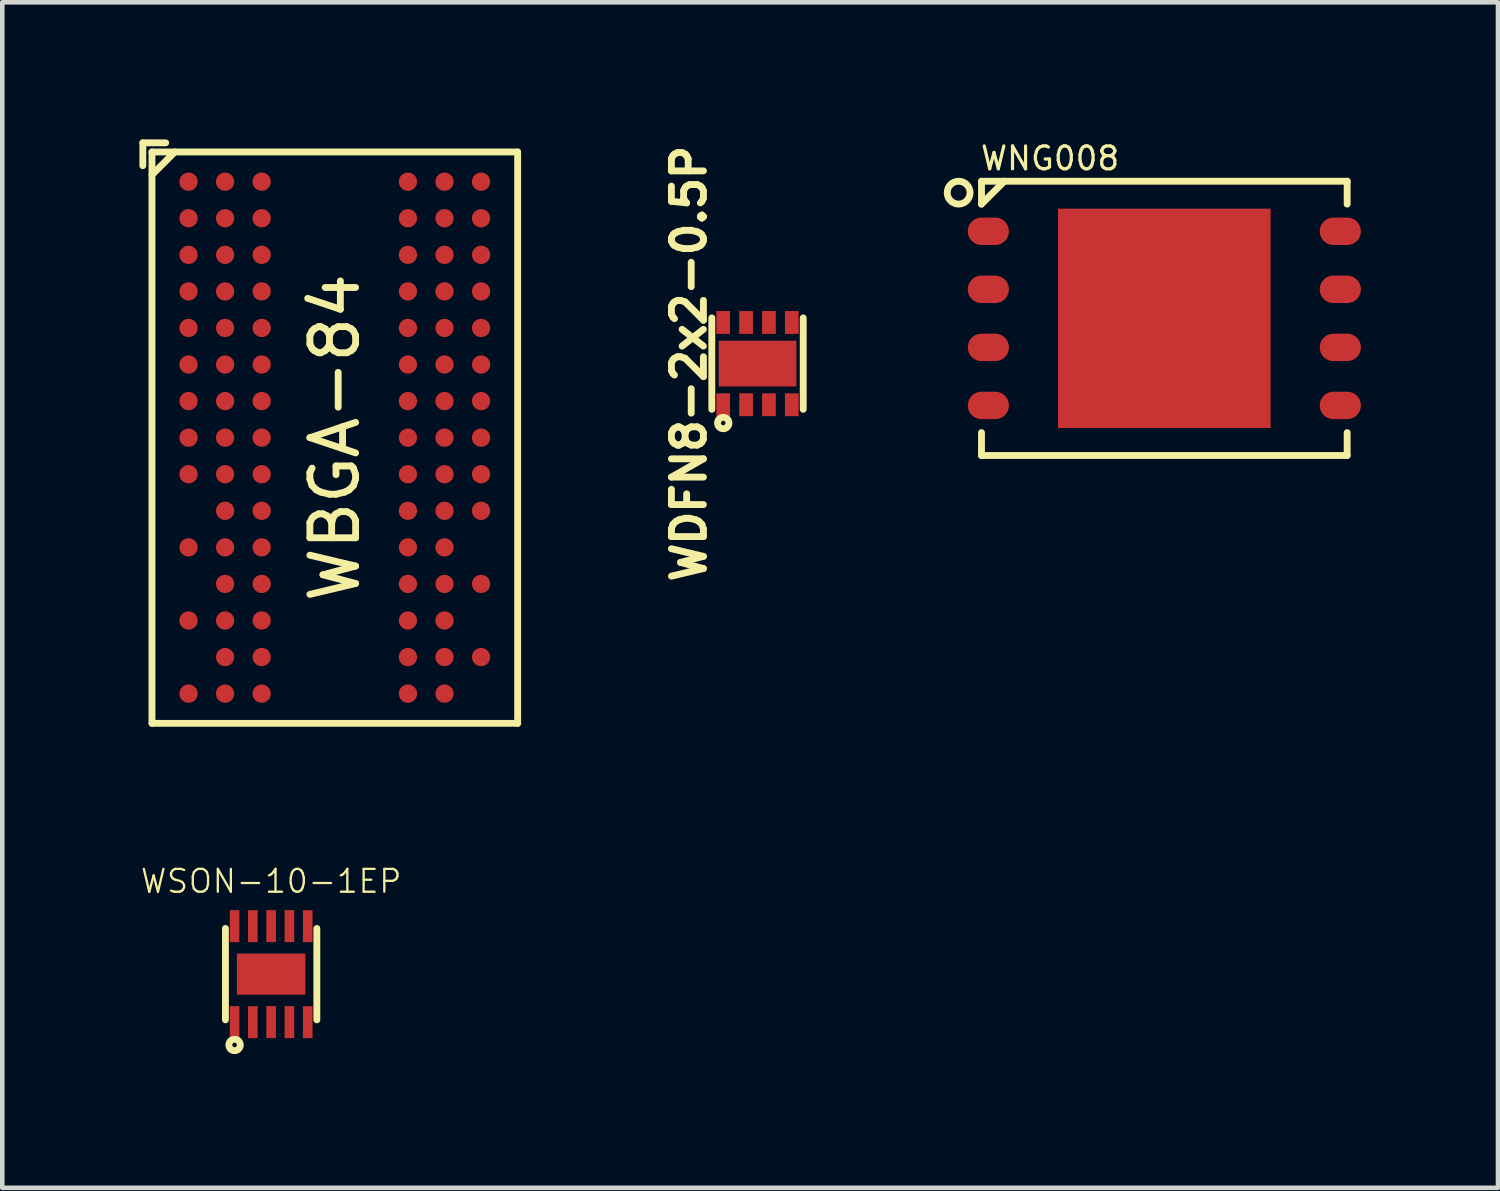
<source format=kicad_pcb>
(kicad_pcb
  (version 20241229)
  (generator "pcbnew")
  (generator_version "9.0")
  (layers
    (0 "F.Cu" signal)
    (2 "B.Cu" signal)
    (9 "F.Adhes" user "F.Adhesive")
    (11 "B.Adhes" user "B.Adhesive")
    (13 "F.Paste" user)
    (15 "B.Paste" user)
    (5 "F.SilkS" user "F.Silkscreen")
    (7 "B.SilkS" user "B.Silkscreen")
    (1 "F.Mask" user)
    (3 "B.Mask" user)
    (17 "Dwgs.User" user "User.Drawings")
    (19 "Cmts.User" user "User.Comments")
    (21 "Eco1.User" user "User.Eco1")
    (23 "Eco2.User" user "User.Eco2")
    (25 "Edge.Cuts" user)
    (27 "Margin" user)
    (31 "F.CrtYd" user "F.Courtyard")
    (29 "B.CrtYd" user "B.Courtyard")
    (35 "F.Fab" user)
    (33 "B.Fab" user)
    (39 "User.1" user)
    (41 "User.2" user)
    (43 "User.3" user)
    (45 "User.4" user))
  (footprint "WSON-10-1EP"
    (layer "F.Cu")
    (at 2.882 18.262)
    (property "Reference" "WSON-10-1EP" (at 0 -2.032 0) (layer "F.SilkS") (effects (font (size 0.5 0.5) (thickness 0.05))))
    (attr through_hole)
    (fp_line (start -1 1) (end -1 -1) (stroke (width 0.15) (type solid)) (layer "F.SilkS"))
    (fp_line (start 1 -1) (end 1 1) (stroke (width 0.15) (type solid)) (layer "F.SilkS"))
    (fp_circle (center -0.8 1.55) (end -0.8 1.5) (stroke (width 0.15) (type solid)) (fill no) (layer "F.SilkS"))
    (pad "1" smd rect (at -0.8 1.05) (size 0.21 0.7) (layers "F.Cu" "F.Mask" "F.Paste"))
    (pad "2" smd rect (at -0.4 1.05) (size 0.21 0.7) (layers "F.Cu" "F.Mask" "F.Paste"))
    (pad "3" smd rect (at 0 1.05) (size 0.21 0.7) (layers "F.Cu" "F.Mask" "F.Paste"))
    (pad "4" smd rect (at 0.4 1.05) (size 0.21 0.7) (layers "F.Cu" "F.Mask" "F.Paste"))
    (pad "5" smd rect (at 0.8 1.05) (size 0.21 0.7) (layers "F.Cu" "F.Mask" "F.Paste"))
    (pad "6" smd rect (at 0.8 -1.05) (size 0.21 0.7) (layers "F.Cu" "F.Mask" "F.Paste"))
    (pad "7" smd rect (at 0.4 -1.05) (size 0.21 0.7) (layers "F.Cu" "F.Mask" "F.Paste"))
    (pad "8" smd rect (at 0 -1.05) (size 0.21 0.7) (layers "F.Cu" "F.Mask" "F.Paste"))
    (pad "9" smd rect (at -0.4 -1.05) (size 0.21 0.7) (layers "F.Cu" "F.Mask" "F.Paste"))
    (pad "10" smd rect (at -0.8 -1.05) (size 0.21 0.7) (layers "F.Cu" "F.Mask" "F.Paste"))
    (pad "11" smd rect (at 0 0) (size 1.5 0.9) (layers "F.Cu" "F.Mask" "F.Paste")))
  (footprint "WNG008"
    (layer "F.Cu")
    (at 22.423 3.915)
    (property "Reference" "WNG008" (at -2.5 -3.5 0) (layer "F.SilkS") (effects (font (size 0.5 0.5) (thickness 0.07))))
    (attr through_hole)
    (fp_line (start -4 -3) (end -4 -2.5) (stroke (width 0.15) (type solid)) (layer "F.SilkS"))
    (fp_line (start -4 -3) (end 4 -3) (stroke (width 0.15) (type solid)) (layer "F.SilkS"))
    (fp_line (start -4 -2.5) (end -3.5 -3) (stroke (width 0.15) (type solid)) (layer "F.SilkS"))
    (fp_line (start -4 2.5) (end -4 3) (stroke (width 0.15) (type solid)) (layer "F.SilkS"))
    (fp_line (start -4 3) (end 4 3) (stroke (width 0.15) (type solid)) (layer "F.SilkS"))
    (fp_line (start 4 -3) (end 4 -2.5) (stroke (width 0.15) (type solid)) (layer "F.SilkS"))
    (fp_line (start 4 2.5) (end 4 3) (stroke (width 0.15) (type solid)) (layer "F.SilkS"))
    (fp_circle (center -4.5 -2.75) (end -4.25 -2.75) (stroke (width 0.15) (type solid)) (fill no) (layer "F.SilkS"))
    (pad "1" smd oval (at -3.85 -1.905) (size 0.9 0.6) (layers "F.Cu" "F.Mask" "F.Paste"))
    (pad "2" smd oval (at -3.85 -0.635) (size 0.9 0.6) (layers "F.Cu" "F.Mask" "F.Paste"))
    (pad "3" smd oval (at -3.85 0.635) (size 0.9 0.6) (layers "F.Cu" "F.Mask" "F.Paste"))
    (pad "4" smd oval (at -3.85 1.905) (size 0.9 0.6) (layers "F.Cu" "F.Mask" "F.Paste"))
    (pad "5" smd oval (at 3.85 1.905) (size 0.9 0.6) (layers "F.Cu" "F.Mask" "F.Paste"))
    (pad "6" smd oval (at 3.85 0.635) (size 0.9 0.6) (layers "F.Cu" "F.Mask" "F.Paste"))
    (pad "7" smd oval (at 3.85 -0.635) (size 0.9 0.6) (layers "F.Cu" "F.Mask" "F.Paste"))
    (pad "8" smd oval (at 3.85 -1.905) (size 0.9 0.6) (layers "F.Cu" "F.Mask" "F.Paste"))
    (pad "9" smd rect (at 0 0) (size 4.65 4.8) (layers "F.Cu" "F.Mask" "F.Paste")))
  (footprint "WBGA-84"
    (layer "F.Cu")
    (at 4.275 6.525)
    (property "Reference" "WBGA-84" (at 0 0 90) (layer "F.SilkS") (effects (font (size 1 1) (thickness 0.15))))
    (attr through_hole)
    (fp_line (start -4.2 -6.45) (end -3.7 -6.45) (stroke (width 0.15) (type solid)) (layer "F.SilkS"))
    (fp_line (start -4.2 -5.95) (end -4.2 -6.45) (stroke (width 0.15) (type solid)) (layer "F.SilkS"))
    (fp_line (start -4 -6.25) (end -4 6.25) (stroke (width 0.15) (type solid)) (layer "F.SilkS"))
    (fp_line (start -4 -6.25) (end 4 -6.25) (stroke (width 0.15) (type solid)) (layer "F.SilkS"))
    (fp_line (start -4 -5.75) (end -3.5 -6.25) (stroke (width 0.15) (type solid)) (layer "F.SilkS"))
    (fp_line (start -4 6.25) (end 4 6.25) (stroke (width 0.15) (type solid)) (layer "F.SilkS"))
    (fp_line (start 4 -6.25) (end 4 6.25) (stroke (width 0.15) (type solid)) (layer "F.SilkS"))
    (pad "A1" smd circle (at -3.2 -5.6) (size 0.4 0.4) (layers "F.Cu" "F.Mask" "F.Paste"))
    (pad "A2" smd circle (at -2.4 -5.6) (size 0.4 0.4) (layers "F.Cu" "F.Mask" "F.Paste"))
    (pad "A3" smd circle (at -1.6 -5.6) (size 0.4 0.4) (layers "F.Cu" "F.Mask" "F.Paste"))
    (pad "A7" smd circle (at 1.6 -5.6) (size 0.4 0.4) (layers "F.Cu" "F.Mask" "F.Paste"))
    (pad "A8" smd circle (at 2.4 -5.6) (size 0.4 0.4) (layers "F.Cu" "F.Mask" "F.Paste"))
    (pad "A9" smd circle (at 3.2 -5.6) (size 0.4 0.4) (layers "F.Cu" "F.Mask" "F.Paste"))
    (pad "B1" smd circle (at -3.2 -4.8) (size 0.4 0.4) (layers "F.Cu" "F.Mask" "F.Paste"))
    (pad "B2" smd circle (at -2.4 -4.8) (size 0.4 0.4) (layers "F.Cu" "F.Mask" "F.Paste"))
    (pad "B3" smd circle (at -1.6 -4.8) (size 0.4 0.4) (layers "F.Cu" "F.Mask" "F.Paste"))
    (pad "B7" smd circle (at 1.6 -4.8) (size 0.4 0.4) (layers "F.Cu" "F.Mask" "F.Paste"))
    (pad "B8" smd circle (at 2.4 -4.8) (size 0.4 0.4) (layers "F.Cu" "F.Mask" "F.Paste"))
    (pad "B9" smd circle (at 3.2 -4.8) (size 0.4 0.4) (layers "F.Cu" "F.Mask" "F.Paste"))
    (pad "C1" smd circle (at -3.2 -4) (size 0.4 0.4) (layers "F.Cu" "F.Mask" "F.Paste"))
    (pad "C2" smd circle (at -2.4 -4) (size 0.4 0.4) (layers "F.Cu" "F.Mask" "F.Paste"))
    (pad "C3" smd circle (at -1.6 -4) (size 0.4 0.4) (layers "F.Cu" "F.Mask" "F.Paste"))
    (pad "C7" smd circle (at 1.6 -4) (size 0.4 0.4) (layers "F.Cu" "F.Mask" "F.Paste"))
    (pad "C8" smd circle (at 2.4 -4) (size 0.4 0.4) (layers "F.Cu" "F.Mask" "F.Paste"))
    (pad "C9" smd circle (at 3.2 -4) (size 0.4 0.4) (layers "F.Cu" "F.Mask" "F.Paste"))
    (pad "D1" smd circle (at -3.2 -3.2) (size 0.4 0.4) (layers "F.Cu" "F.Mask" "F.Paste"))
    (pad "D2" smd circle (at -2.4 -3.2) (size 0.4 0.4) (layers "F.Cu" "F.Mask" "F.Paste"))
    (pad "D3" smd circle (at -1.6 -3.2) (size 0.4 0.4) (layers "F.Cu" "F.Mask" "F.Paste"))
    (pad "D7" smd circle (at 1.6 -3.2) (size 0.4 0.4) (layers "F.Cu" "F.Mask" "F.Paste"))
    (pad "D8" smd circle (at 2.4 -3.2) (size 0.4 0.4) (layers "F.Cu" "F.Mask" "F.Paste"))
    (pad "D9" smd circle (at 3.2 -3.2) (size 0.4 0.4) (layers "F.Cu" "F.Mask" "F.Paste"))
    (pad "E1" smd circle (at -3.2 -2.4) (size 0.4 0.4) (layers "F.Cu" "F.Mask" "F.Paste"))
    (pad "E2" smd circle (at -2.4 -2.4) (size 0.4 0.4) (layers "F.Cu" "F.Mask" "F.Paste"))
    (pad "E3" smd circle (at -1.6 -2.4) (size 0.4 0.4) (layers "F.Cu" "F.Mask" "F.Paste"))
    (pad "E7" smd circle (at 1.6 -2.4) (size 0.4 0.4) (layers "F.Cu" "F.Mask" "F.Paste"))
    (pad "E8" smd circle (at 2.4 -2.4) (size 0.4 0.4) (layers "F.Cu" "F.Mask" "F.Paste"))
    (pad "E9" smd circle (at 3.2 -2.4) (size 0.4 0.4) (layers "F.Cu" "F.Mask" "F.Paste"))
    (pad "F1" smd circle (at -3.2 -1.6) (size 0.4 0.4) (layers "F.Cu" "F.Mask" "F.Paste"))
    (pad "F2" smd circle (at -2.4 -1.6) (size 0.4 0.4) (layers "F.Cu" "F.Mask" "F.Paste"))
    (pad "F3" smd circle (at -1.6 -1.6) (size 0.4 0.4) (layers "F.Cu" "F.Mask" "F.Paste"))
    (pad "F7" smd circle (at 1.6 -1.6) (size 0.4 0.4) (layers "F.Cu" "F.Mask" "F.Paste"))
    (pad "F8" smd circle (at 2.4 -1.6) (size 0.4 0.4) (layers "F.Cu" "F.Mask" "F.Paste"))
    (pad "F9" smd circle (at 3.2 -1.6) (size 0.4 0.4) (layers "F.Cu" "F.Mask" "F.Paste"))
    (pad "G1" smd circle (at -3.2 -0.8) (size 0.4 0.4) (layers "F.Cu" "F.Mask" "F.Paste"))
    (pad "G2" smd circle (at -2.4 -0.8) (size 0.4 0.4) (layers "F.Cu" "F.Mask" "F.Paste"))
    (pad "G3" smd circle (at -1.6 -0.8) (size 0.4 0.4) (layers "F.Cu" "F.Mask" "F.Paste"))
    (pad "G7" smd circle (at 1.6 -0.8) (size 0.4 0.4) (layers "F.Cu" "F.Mask" "F.Paste"))
    (pad "G8" smd circle (at 2.4 -0.8) (size 0.4 0.4) (layers "F.Cu" "F.Mask" "F.Paste"))
    (pad "G9" smd circle (at 3.2 -0.8) (size 0.4 0.4) (layers "F.Cu" "F.Mask" "F.Paste"))
    (pad "H1" smd circle (at -3.2 0) (size 0.4 0.4) (layers "F.Cu" "F.Mask" "F.Paste"))
    (pad "H2" smd circle (at -2.4 0) (size 0.4 0.4) (layers "F.Cu" "F.Mask" "F.Paste"))
    (pad "H3" smd circle (at -1.6 0) (size 0.4 0.4) (layers "F.Cu" "F.Mask" "F.Paste"))
    (pad "H7" smd circle (at 1.6 0) (size 0.4 0.4) (layers "F.Cu" "F.Mask" "F.Paste"))
    (pad "H8" smd circle (at 2.4 0) (size 0.4 0.4) (layers "F.Cu" "F.Mask" "F.Paste"))
    (pad "H9" smd circle (at 3.2 0) (size 0.4 0.4) (layers "F.Cu" "F.Mask" "F.Paste"))
    (pad "J1" smd circle (at -3.2 0.8) (size 0.4 0.4) (layers "F.Cu" "F.Mask" "F.Paste"))
    (pad "J2" smd circle (at -2.4 0.8) (size 0.4 0.4) (layers "F.Cu" "F.Mask" "F.Paste"))
    (pad "J3" smd circle (at -1.6 0.8) (size 0.4 0.4) (layers "F.Cu" "F.Mask" "F.Paste"))
    (pad "J7" smd circle (at 1.6 0.8) (size 0.4 0.4) (layers "F.Cu" "F.Mask" "F.Paste"))
    (pad "J8" smd circle (at 2.4 0.8) (size 0.4 0.4) (layers "F.Cu" "F.Mask" "F.Paste"))
    (pad "J9" smd circle (at 3.2 0.8) (size 0.4 0.4) (layers "F.Cu" "F.Mask" "F.Paste"))
    (pad "K2" smd circle (at -2.4 1.6) (size 0.4 0.4) (layers "F.Cu" "F.Mask" "F.Paste"))
    (pad "K3" smd circle (at -1.6 1.6) (size 0.4 0.4) (layers "F.Cu" "F.Mask" "F.Paste"))
    (pad "K7" smd circle (at 1.6 1.6) (size 0.4 0.4) (layers "F.Cu" "F.Mask" "F.Paste"))
    (pad "K8" smd circle (at 2.4 1.6) (size 0.4 0.4) (layers "F.Cu" "F.Mask" "F.Paste"))
    (pad "K9" smd circle (at 3.2 1.6) (size 0.4 0.4) (layers "F.Cu" "F.Mask" "F.Paste"))
    (pad "L1" smd circle (at -3.2 2.4) (size 0.4 0.4) (layers "F.Cu" "F.Mask" "F.Paste"))
    (pad "L2" smd circle (at -2.4 2.4) (size 0.4 0.4) (layers "F.Cu" "F.Mask" "F.Paste"))
    (pad "L3" smd circle (at -1.6 2.4) (size 0.4 0.4) (layers "F.Cu" "F.Mask" "F.Paste"))
    (pad "L7" smd circle (at 1.6 2.4) (size 0.4 0.4) (layers "F.Cu" "F.Mask" "F.Paste"))
    (pad "L8" smd circle (at 2.4 2.4) (size 0.4 0.4) (layers "F.Cu" "F.Mask" "F.Paste"))
    (pad "M2" smd circle (at -2.4 3.2) (size 0.4 0.4) (layers "F.Cu" "F.Mask" "F.Paste"))
    (pad "M3" smd circle (at -1.6 3.2) (size 0.4 0.4) (layers "F.Cu" "F.Mask" "F.Paste"))
    (pad "M7" smd circle (at 1.6 3.2) (size 0.4 0.4) (layers "F.Cu" "F.Mask" "F.Paste"))
    (pad "M8" smd circle (at 2.4 3.2) (size 0.4 0.4) (layers "F.Cu" "F.Mask" "F.Paste"))
    (pad "M9" smd circle (at 3.2 3.2) (size 0.4 0.4) (layers "F.Cu" "F.Mask" "F.Paste"))
    (pad "N1" smd circle (at -3.2 4) (size 0.4 0.4) (layers "F.Cu" "F.Mask" "F.Paste"))
    (pad "N2" smd circle (at -2.4 4) (size 0.4 0.4) (layers "F.Cu" "F.Mask" "F.Paste"))
    (pad "N3" smd circle (at -1.6 4) (size 0.4 0.4) (layers "F.Cu" "F.Mask" "F.Paste"))
    (pad "N7" smd circle (at 1.6 4) (size 0.4 0.4) (layers "F.Cu" "F.Mask" "F.Paste"))
    (pad "N8" smd circle (at 2.4 4) (size 0.4 0.4) (layers "F.Cu" "F.Mask" "F.Paste"))
    (pad "P2" smd circle (at -2.4 4.8) (size 0.4 0.4) (layers "F.Cu" "F.Mask" "F.Paste"))
    (pad "P3" smd circle (at -1.6 4.8) (size 0.4 0.4) (layers "F.Cu" "F.Mask" "F.Paste"))
    (pad "P7" smd circle (at 1.6 4.8) (size 0.4 0.4) (layers "F.Cu" "F.Mask" "F.Paste"))
    (pad "P8" smd circle (at 2.4 4.8) (size 0.4 0.4) (layers "F.Cu" "F.Mask" "F.Paste"))
    (pad "P9" smd circle (at 3.2 4.8) (size 0.4 0.4) (layers "F.Cu" "F.Mask" "F.Paste"))
    (pad "R1" smd circle (at -3.2 5.6) (size 0.4 0.4) (layers "F.Cu" "F.Mask" "F.Paste"))
    (pad "R2" smd circle (at -2.4 5.6) (size 0.4 0.4) (layers "F.Cu" "F.Mask" "F.Paste"))
    (pad "R3" smd circle (at -1.6 5.6) (size 0.4 0.4) (layers "F.Cu" "F.Mask" "F.Paste"))
    (pad "R7" smd circle (at 1.6 5.6) (size 0.4 0.4) (layers "F.Cu" "F.Mask" "F.Paste"))
    (pad "R8" smd circle (at 2.4 5.6) (size 0.4 0.4) (layers "F.Cu" "F.Mask" "F.Paste")))
  (footprint "WDFN8-2x2-0.5P"
    (layer "F.Cu")
    (at 13.523 4.905)
    (property "Reference" "WDFN8-2x2-0.5P" (at -1.5 0 90) (layer "F.SilkS") (effects (font (size 0.7 0.7) (thickness 0.15))))
    (attr through_hole)
    (fp_line (start -1 1) (end -1 -1) (stroke (width 0.15) (type solid)) (layer "F.SilkS"))
    (fp_line (start 1 -1) (end 1 1) (stroke (width 0.15) (type solid)) (layer "F.SilkS"))
    (fp_circle (center -0.75 1.3) (end -0.8 1.3) (stroke (width 0.15) (type solid)) (fill no) (layer "F.SilkS"))
    (pad "1" smd rect (at -0.75 0.9) (size 0.3 0.5) (layers "F.Cu" "F.Mask" "F.Paste"))
    (pad "2" smd rect (at -0.25 0.9) (size 0.3 0.5) (layers "F.Cu" "F.Mask" "F.Paste"))
    (pad "3" smd rect (at 0.25 0.9) (size 0.3 0.5) (layers "F.Cu" "F.Mask" "F.Paste"))
    (pad "4" smd rect (at 0.75 0.9) (size 0.3 0.5) (layers "F.Cu" "F.Mask" "F.Paste"))
    (pad "5" smd rect (at 0.75 -0.9) (size 0.3 0.5) (layers "F.Cu" "F.Mask" "F.Paste"))
    (pad "6" smd rect (at 0.25 -0.9) (size 0.3 0.5) (layers "F.Cu" "F.Mask" "F.Paste"))
    (pad "7" smd rect (at -0.25 -0.9) (size 0.3 0.5) (layers "F.Cu" "F.Mask" "F.Paste"))
    (pad "8" smd rect (at -0.75 -0.9) (size 0.3 0.5) (layers "F.Cu" "F.Mask" "F.Paste"))
    (pad "9" smd rect (at 0 0) (size 1.7 1) (layers "F.Cu" "F.Mask" "F.Paste")))
  (gr_rect
    (start -3 -3)
    (end 29.723 22.937)
    (stroke (width 0.1) (type default))
    (fill no)
    (layer "Edge.Cuts")))
</source>
